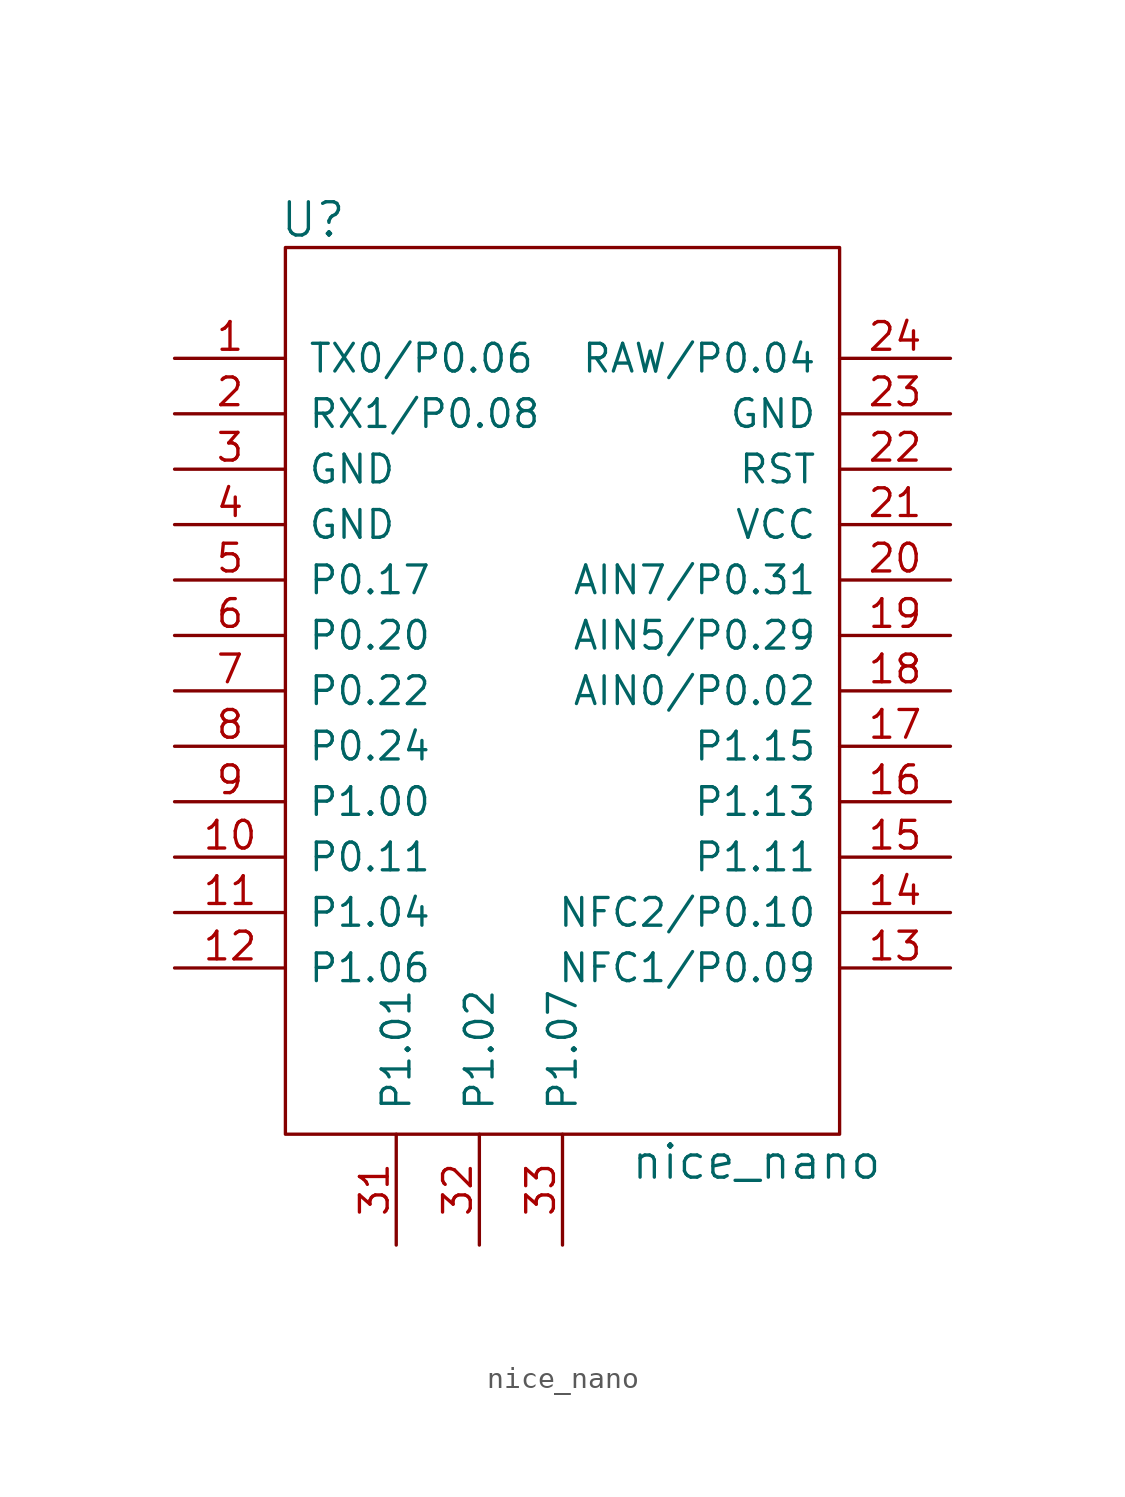
<source format=kicad_sym>
(kicad_symbol_lib
  (version 20220914)
  (generator kicad_symbol_editor)
  (symbol "nice_nano"
    (pin_names
      (offset 1.016))
    (property "Reference" "U"
      (at -11.43 20.32 0)
      (effects (font (size 1.524 1.524))))
    (property "Value" "nice_nano"
      (at 8.89 -22.86 0)
      (effects (font (size 1.524 1.524))))
    (symbol "nice_nano_0_1"
      (rectangle (start -12.7 -21.59) (end 12.7 19.05) (stroke (width 0) (type solid)) (fill (type none))))
    (symbol "nice_nano_1_1"
      (pin bidirectional line (at -17.78 13.97 0) (length 5.08) (name "TX0/P0.06" (effects (font (size 1.27 1.27)))) (number "1" (effects (font (size 1.27 1.27)))))
      (pin bidirectional line (at -17.78 -8.89 0) (length 5.08) (name "P0.11" (effects (font (size 1.27 1.27)))) (number "10" (effects (font (size 1.27 1.27)))))
      (pin bidirectional line (at -17.78 -11.43 0) (length 5.08) (name "P1.04" (effects (font (size 1.27 1.27)))) (number "11" (effects (font (size 1.27 1.27)))))
      (pin bidirectional line (at -17.78 -13.97 0) (length 5.08) (name "P1.06" (effects (font (size 1.27 1.27)))) (number "12" (effects (font (size 1.27 1.27)))))
      (pin bidirectional line (at 17.78 -13.97 180) (length 5.08) (name "NFC1/P0.09" (effects (font (size 1.27 1.27)))) (number "13" (effects (font (size 1.27 1.27)))))
      (pin bidirectional line (at 17.78 -11.43 180) (length 5.08) (name "NFC2/P0.10" (effects (font (size 1.27 1.27)))) (number "14" (effects (font (size 1.27 1.27)))))
      (pin bidirectional line (at 17.78 -8.89 180) (length 5.08) (name "P1.11" (effects (font (size 1.27 1.27)))) (number "15" (effects (font (size 1.27 1.27)))))
      (pin bidirectional line (at 17.78 -6.35 180) (length 5.08) (name "P1.13" (effects (font (size 1.27 1.27)))) (number "16" (effects (font (size 1.27 1.27)))))
      (pin bidirectional line (at 17.78 -3.81 180) (length 5.08) (name "P1.15" (effects (font (size 1.27 1.27)))) (number "17" (effects (font (size 1.27 1.27)))))
      (pin bidirectional line (at 17.78 -1.27 180) (length 5.08) (name "AIN0/P0.02" (effects (font (size 1.27 1.27)))) (number "18" (effects (font (size 1.27 1.27)))))
      (pin bidirectional line (at 17.78 1.27 180) (length 5.08) (name "AIN5/P0.29" (effects (font (size 1.27 1.27)))) (number "19" (effects (font (size 1.27 1.27)))))
      (pin bidirectional line (at -17.78 11.43 0) (length 5.08) (name "RX1/P0.08" (effects (font (size 1.27 1.27)))) (number "2" (effects (font (size 1.27 1.27)))))
      (pin bidirectional line (at 17.78 3.81 180) (length 5.08) (name "AIN7/P0.31" (effects (font (size 1.27 1.27)))) (number "20" (effects (font (size 1.27 1.27)))))
      (pin power_in line (at 17.78 6.35 180) (length 5.08) (name "VCC" (effects (font (size 1.27 1.27)))) (number "21" (effects (font (size 1.27 1.27)))))
      (pin input line (at 17.78 8.89 180) (length 5.08) (name "RST" (effects (font (size 1.27 1.27)))) (number "22" (effects (font (size 1.27 1.27)))))
      (pin power_in line (at 17.78 11.43 180) (length 5.08) (name "GND" (effects (font (size 1.27 1.27)))) (number "23" (effects (font (size 1.27 1.27)))))
      (pin power_out line (at 17.78 13.97 180) (length 5.08) (name "RAW/P0.04" (effects (font (size 1.27 1.27)))) (number "24" (effects (font (size 1.27 1.27)))))
      (pin power_in line (at -17.78 8.89 0) (length 5.08) (name "GND" (effects (font (size 1.27 1.27)))) (number "3" (effects (font (size 1.27 1.27)))))
      (pin bidirectional line (at -7.62 -26.67 90) (length 5.08) (name "P1.01" (effects (font (size 1.27 1.27)))) (number "31" (effects (font (size 1.27 1.27)))))
      (pin bidirectional line (at -3.81 -26.67 90) (length 5.08) (name "P1.02" (effects (font (size 1.27 1.27)))) (number "32" (effects (font (size 1.27 1.27)))))
      (pin bidirectional line (at 0 -26.67 90) (length 5.08) (name "P1.07" (effects (font (size 1.27 1.27)))) (number "33" (effects (font (size 1.27 1.27)))))
      (pin power_in line (at -17.78 6.35 0) (length 5.08) (name "GND" (effects (font (size 1.27 1.27)))) (number "4" (effects (font (size 1.27 1.27)))))
      (pin bidirectional line (at -17.78 3.81 0) (length 5.08) (name "P0.17" (effects (font (size 1.27 1.27)))) (number "5" (effects (font (size 1.27 1.27)))))
      (pin bidirectional line (at -17.78 1.27 0) (length 5.08) (name "P0.20" (effects (font (size 1.27 1.27)))) (number "6" (effects (font (size 1.27 1.27)))))
      (pin bidirectional line (at -17.78 -1.27 0) (length 5.08) (name "P0.22" (effects (font (size 1.27 1.27)))) (number "7" (effects (font (size 1.27 1.27)))))
      (pin bidirectional line (at -17.78 -3.81 0) (length 5.08) (name "P0.24" (effects (font (size 1.27 1.27)))) (number "8" (effects (font (size 1.27 1.27)))))
      (pin bidirectional line (at -17.78 -6.35 0) (length 5.08) (name "P1.00" (effects (font (size 1.27 1.27)))) (number "9" (effects (font (size 1.27 1.27))))))))
</source>
